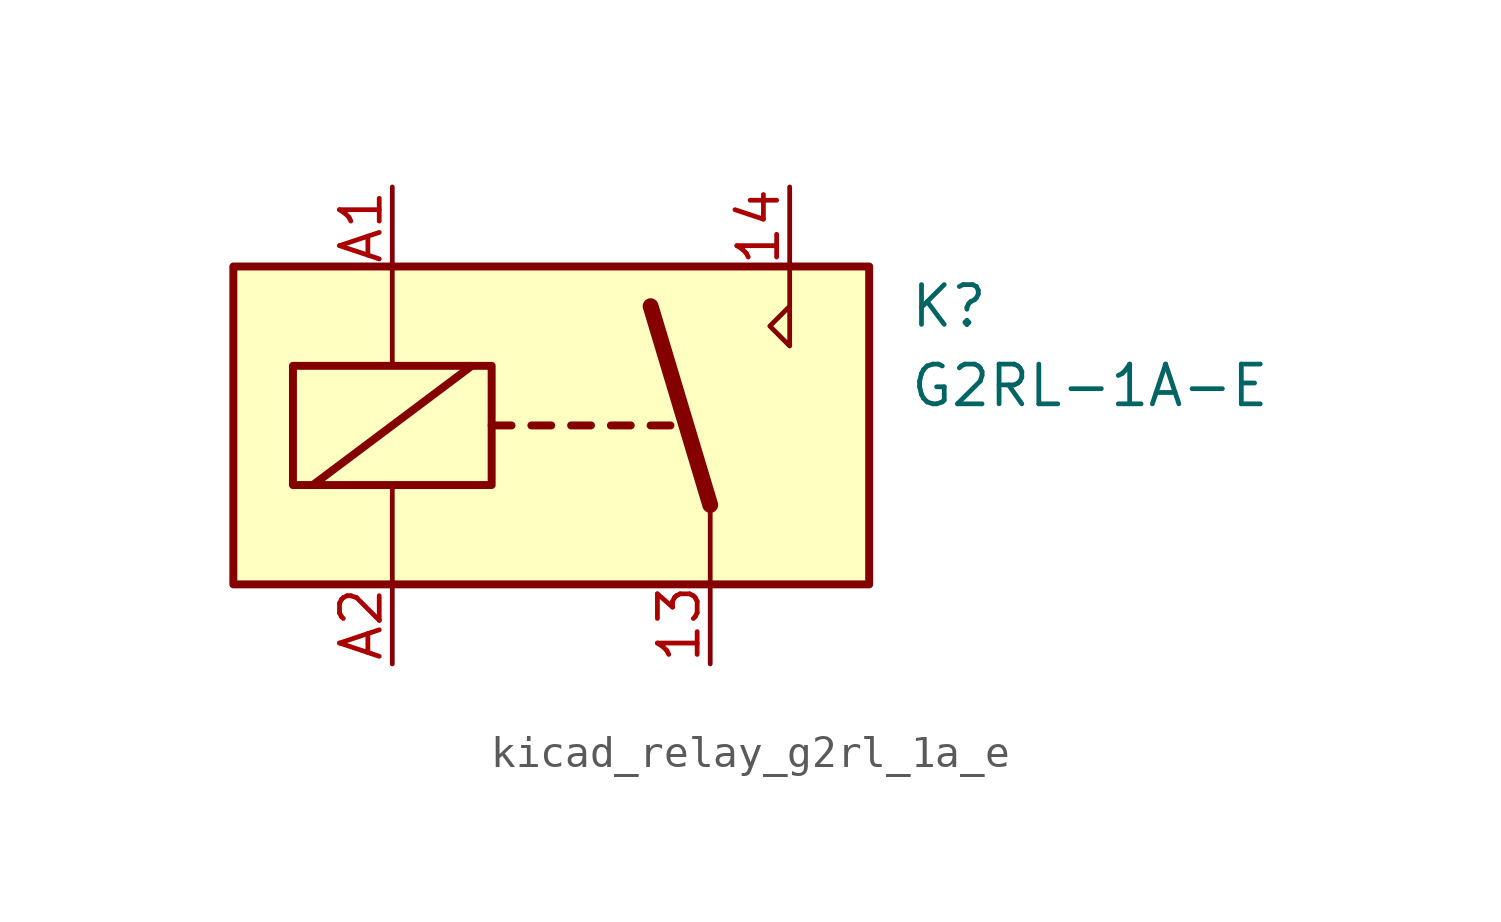
<source format=kicad_sym>
(kicad_symbol_lib
  (version 20220914)
  (generator kicad_symbol_editor)
  (symbol "kicad_relay_g2rl_1a_e"
    (property "Reference" "K"
      (at 11.43 3.81 0)
      (effects (font (size 1.27 1.27)) (justify left)))
    (property "Value" "G2RL-1A-E"
      (at 11.43 1.27 0)
      (effects (font (size 1.27 1.27)) (justify left)))
    (symbol "kicad_relay_g2rl_1a_e_0_0"
      (polyline (pts (xy 7.62 5.08) (xy 7.62 2.54) (xy 6.985 3.175) (xy 7.62 3.81)) (stroke (width 0) (type default)) (fill (type none))))
    (symbol "kicad_relay_g2rl_1a_e_0_1"
      (rectangle (start -10.16 5.08) (end 10.16 -5.08) (stroke (width 0.254) (type default)) (fill (type background)))
      (rectangle (start -8.255 1.905) (end -1.905 -1.905) (stroke (width 0.254) (type default)) (fill (type none)))
      (polyline (pts (xy -7.62 -1.905) (xy -2.54 1.905)) (stroke (width 0.254) (type default)) (fill (type none)))
      (polyline (pts (xy -5.08 -5.08) (xy -5.08 -1.905)) (stroke (width 0) (type default)) (fill (type none)))
      (polyline (pts (xy -5.08 5.08) (xy -5.08 1.905)) (stroke (width 0) (type default)) (fill (type none)))
      (polyline (pts (xy -1.905 0) (xy -1.27 0)) (stroke (width 0.254) (type default)) (fill (type none)))
      (polyline (pts (xy -0.635 0) (xy 0 0)) (stroke (width 0.254) (type default)) (fill (type none)))
      (polyline (pts (xy 0.635 0) (xy 1.27 0)) (stroke (width 0.254) (type default)) (fill (type none)))
      (polyline (pts (xy 1.905 0) (xy 2.54 0)) (stroke (width 0.254) (type default)) (fill (type none)))
      (polyline (pts (xy 3.175 0) (xy 3.81 0)) (stroke (width 0.254) (type default)) (fill (type none)))
      (polyline (pts (xy 5.08 -2.54) (xy 3.175 3.81)) (stroke (width 0.508) (type default)) (fill (type none)))
      (polyline (pts (xy 5.08 -2.54) (xy 5.08 -5.08)) (stroke (width 0) (type default)) (fill (type none))))
    (symbol "kicad_relay_g2rl_1a_e_1_1"
      (pin passive line (at 5.08 -7.62 90) (length 2.54) (name "~" (effects (font (size 1.27 1.27)))) (number "13" (effects (font (size 1.27 1.27)))))
      (pin passive line (at 7.62 7.62 270) (length 2.54) (name "~" (effects (font (size 1.27 1.27)))) (number "14" (effects (font (size 1.27 1.27)))))
      (pin passive line (at -5.08 7.62 270) (length 2.54) (name "~" (effects (font (size 1.27 1.27)))) (number "A1" (effects (font (size 1.27 1.27)))))
      (pin passive line (at -5.08 -7.62 90) (length 2.54) (name "~" (effects (font (size 1.27 1.27)))) (number "A2" (effects (font (size 1.27 1.27))))))))
</source>
